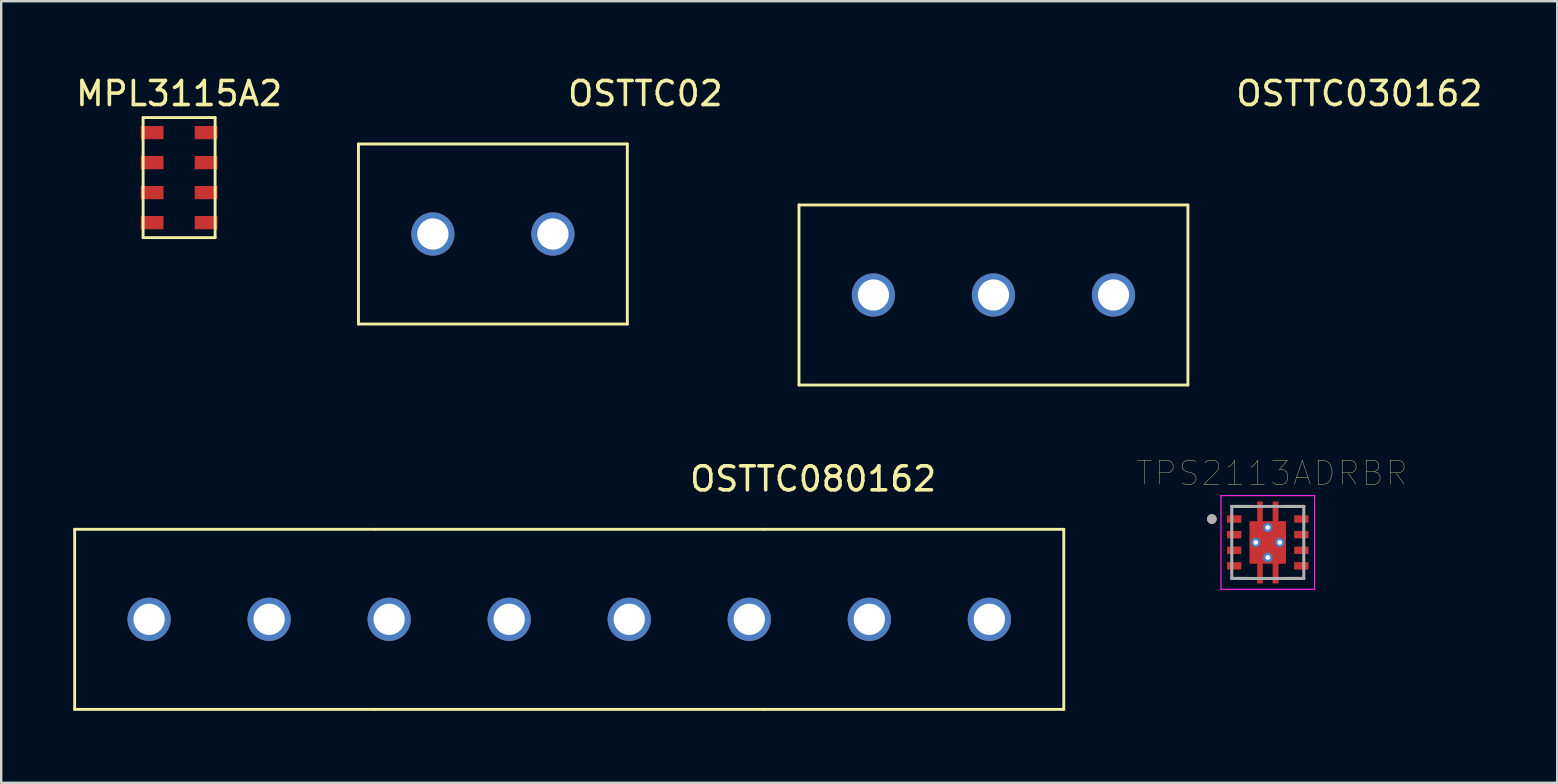
<source format=kicad_pcb>
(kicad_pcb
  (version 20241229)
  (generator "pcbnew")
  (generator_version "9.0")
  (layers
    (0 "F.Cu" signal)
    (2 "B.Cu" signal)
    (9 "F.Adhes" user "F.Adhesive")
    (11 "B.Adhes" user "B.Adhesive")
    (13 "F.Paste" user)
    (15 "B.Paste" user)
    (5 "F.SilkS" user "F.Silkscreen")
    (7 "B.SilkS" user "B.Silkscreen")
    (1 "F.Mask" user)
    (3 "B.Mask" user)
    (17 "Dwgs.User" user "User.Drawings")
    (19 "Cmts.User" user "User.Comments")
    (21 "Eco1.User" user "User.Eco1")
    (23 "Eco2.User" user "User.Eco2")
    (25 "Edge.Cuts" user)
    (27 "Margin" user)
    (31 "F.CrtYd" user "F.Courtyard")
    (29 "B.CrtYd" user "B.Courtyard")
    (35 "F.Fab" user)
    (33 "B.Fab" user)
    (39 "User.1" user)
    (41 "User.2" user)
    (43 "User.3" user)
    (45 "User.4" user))
  (footprint "TPS2113ADRBR"
    (layer "F.Cu")
    (at 49.758 19.545)
    (property "Reference" "TPS2113ADRBR" (at 0.175 -2.885 0) (layer "F.SilkS") (effects (font (size 1 1) (thickness 0.015))))
    (attr through_hole)
    (fp_poly (pts (xy -0.75 -0.875) (xy -0.44 -0.875) (xy -0.44 -1.7) (xy -0.21 -1.7) (xy -0.21 -0.875) (xy 0.21 -0.875) (xy 0.21 -1.7) (xy 0.44 -1.7) (xy 0.44 -0.875) (xy 0.75 -0.875) (xy 0.75 0.875) (xy 0.44 0.875) (xy 0.44 1.7) (xy 0.21 1.7) (xy 0.21 0.875) (xy -0.21 0.875) (xy -0.21 1.7) (xy -0.44 1.7) (xy -0.44 0.875) (xy -0.75 0.875)) (stroke (width 0.01) (type solid)) (fill yes) (layer "F.Cu"))
    (fp_poly (pts (xy -1.77 -1.2) (xy -1.03 -1.2) (xy -1.03 -0.75) (xy -1.77 -0.75)) (stroke (width 0.01) (type solid)) (fill yes) (layer "F.Mask"))
    (fp_poly (pts (xy -1.77 -0.55) (xy -1.03 -0.55) (xy -1.03 -0.1) (xy -1.77 -0.1)) (stroke (width 0.01) (type solid)) (fill yes) (layer "F.Mask"))
    (fp_poly (pts (xy -1.77 0.1) (xy -1.03 0.1) (xy -1.03 0.55) (xy -1.77 0.55)) (stroke (width 0.01) (type solid)) (fill yes) (layer "F.Mask"))
    (fp_poly (pts (xy -1.77 0.75) (xy -1.03 0.75) (xy -1.03 1.2) (xy -1.77 1.2)) (stroke (width 0.01) (type solid)) (fill yes) (layer "F.Mask"))
    (fp_poly (pts (xy 1.03 -1.2) (xy 1.77 -1.2) (xy 1.77 -0.75) (xy 1.03 -0.75)) (stroke (width 0.01) (type solid)) (fill yes) (layer "F.Mask"))
    (fp_poly (pts (xy 1.03 -0.55) (xy 1.77 -0.55) (xy 1.77 -0.1) (xy 1.03 -0.1)) (stroke (width 0.01) (type solid)) (fill yes) (layer "F.Mask"))
    (fp_poly (pts (xy 1.03 0.1) (xy 1.77 0.1) (xy 1.77 0.55) (xy 1.03 0.55)) (stroke (width 0.01) (type solid)) (fill yes) (layer "F.Mask"))
    (fp_poly (pts (xy 1.03 0.75) (xy 1.77 0.75) (xy 1.77 1.2) (xy 1.03 1.2)) (stroke (width 0.01) (type solid)) (fill yes) (layer "F.Mask"))
    (fp_poly (pts (xy -0.82 -0.945) (xy -0.51 -0.945) (xy -0.51 -1.77) (xy -0.14 -1.77) (xy -0.14 -0.945) (xy 0.14 -0.945) (xy 0.14 -1.77) (xy 0.51 -1.77) (xy 0.51 -0.945) (xy 0.82 -0.945) (xy 0.82 0.945) (xy 0.51 0.945) (xy 0.51 1.77) (xy 0.14 1.77) (xy 0.14 0.945) (xy -0.14 0.945) (xy -0.14 1.77) (xy -0.51 1.77) (xy -0.51 0.945) (xy -0.82 0.945)) (stroke (width 0.01) (type solid)) (fill yes) (layer "F.Mask"))
    (fp_line (start -1.5 -1.5) (end -0.76 -1.5) (stroke (width 0.127) (type solid)) (layer "F.SilkS"))
    (fp_line (start -1.5 1.5) (end -0.76 1.5) (stroke (width 0.127) (type solid)) (layer "F.SilkS"))
    (fp_line (start 0.76 -1.5) (end 1.5 -1.5) (stroke (width 0.127) (type solid)) (layer "F.SilkS"))
    (fp_line (start 0.76 1.5) (end 1.5 1.5) (stroke (width 0.127) (type solid)) (layer "F.SilkS"))
    (fp_circle (center -2.33 -0.975) (end -2.23 -0.975) (stroke (width 0.2) (type solid)) (fill no) (layer "F.SilkS"))
    (fp_poly (pts (xy -0.67 -0.775) (xy 0.67 -0.775) (xy 0.67 0.775) (xy -0.67 0.775)) (stroke (width 0.01) (type solid)) (fill yes) (layer "F.Paste"))
    (fp_poly (pts (xy -0.44 -1.7) (xy -0.21 -1.7) (xy -0.21 -0.975) (xy -0.44 -0.975)) (stroke (width 0.01) (type solid)) (fill yes) (layer "F.Paste"))
    (fp_poly (pts (xy -0.21 1.7) (xy -0.44 1.7) (xy -0.44 0.975) (xy -0.21 0.975)) (stroke (width 0.01) (type solid)) (fill yes) (layer "F.Paste"))
    (fp_poly (pts (xy 0.21 -1.7) (xy 0.44 -1.7) (xy 0.44 -0.975) (xy 0.21 -0.975)) (stroke (width 0.01) (type solid)) (fill yes) (layer "F.Paste"))
    (fp_poly (pts (xy 0.44 1.7) (xy 0.21 1.7) (xy 0.21 0.975) (xy 0.44 0.975)) (stroke (width 0.01) (type solid)) (fill yes) (layer "F.Paste"))
    (fp_line (start -1.95 -1.95) (end -1.95 1.95) (stroke (width 0.05) (type solid)) (layer "F.CrtYd"))
    (fp_line (start -1.95 -1.95) (end 1.95 -1.95) (stroke (width 0.05) (type solid)) (layer "F.CrtYd"))
    (fp_line (start -1.95 1.95) (end 1.95 1.95) (stroke (width 0.05) (type solid)) (layer "F.CrtYd"))
    (fp_line (start 1.95 -1.95) (end 1.95 1.95) (stroke (width 0.05) (type solid)) (layer "F.CrtYd"))
    (fp_line (start -1.5 -1.5) (end -1.5 1.5) (stroke (width 0.127) (type solid)) (layer "F.Fab"))
    (fp_line (start -1.5 -1.5) (end 1.5 -1.5) (stroke (width 0.127) (type solid)) (layer "F.Fab"))
    (fp_line (start -1.5 1.5) (end 1.5 1.5) (stroke (width 0.127) (type solid)) (layer "F.Fab"))
    (fp_line (start 1.5 -1.5) (end 1.5 1.5) (stroke (width 0.127) (type solid)) (layer "F.Fab"))
    (fp_circle (center -2.33 -0.975) (end -2.23 -0.975) (stroke (width 0.2) (type solid)) (fill no) (layer "F.Fab"))
    (pad "1" smd rect (at -1.4 -0.975) (size 0.6 0.31) (layers "F.Cu" "F.Paste"))
    (pad "2" smd rect (at -1.4 -0.325) (size 0.6 0.31) (layers "F.Cu" "F.Paste"))
    (pad "3" smd rect (at -1.4 0.325) (size 0.6 0.31) (layers "F.Cu" "F.Paste"))
    (pad "4" smd rect (at -1.4 0.975) (size 0.6 0.31) (layers "F.Cu" "F.Paste"))
    (pad "5" smd rect (at 1.4 0.975) (size 0.6 0.31) (layers "F.Cu" "F.Paste"))
    (pad "6" smd rect (at 1.4 0.325) (size 0.6 0.31) (layers "F.Cu" "F.Paste"))
    (pad "7" smd rect (at 1.4 -0.325) (size 0.6 0.31) (layers "F.Cu" "F.Paste"))
    (pad "8" smd rect (at 1.4 -0.975) (size 0.6 0.31) (layers "F.Cu" "F.Paste"))
    (pad "9" smd rect (at 0 0) (size 1.5 1.75) (layers "F.Cu"))
    (pad "10" thru_hole circle (at 0 -0.625) (size 0.4 0.4) (drill 0.2) (layers "*.Cu"))
    (pad "11" thru_hole circle (at 0.5 0) (size 0.4 0.4) (drill 0.2) (layers "*.Cu"))
    (pad "12" thru_hole circle (at -0.5 0) (size 0.4 0.4) (drill 0.2) (layers "*.Cu"))
    (pad "13" thru_hole circle (at 0 0.625) (size 0.4 0.4) (drill 0.2) (layers "*.Cu")))
  (footprint "OSTTC080162"
    (layer "F.Cu")
    (at 20.66 22.747)
    (property "Reference" "OSTTC080162" (at 10.16 -5.85 0) (layer "F.SilkS") (effects (font (size 1 1) (thickness 0.15))))
    (attr through_hole)
    (fp_line (start -20.6 -3.75) (end -8.1 -3.75) (stroke (width 0.12) (type solid)) (layer "F.SilkS"))
    (fp_line (start -20.6 3.75) (end -20.6 -3.75) (stroke (width 0.12) (type solid)) (layer "F.SilkS"))
    (fp_line (start -20.6 3.75) (end -8.1 3.75) (stroke (width 0.12) (type solid)) (layer "F.SilkS"))
    (fp_line (start -8.1 -3.75) (end 8.1 -3.75) (stroke (width 0.12) (type solid)) (layer "F.SilkS"))
    (fp_line (start -8.1 3.75) (end 8.1 3.75) (stroke (width 0.12) (type solid)) (layer "F.SilkS"))
    (fp_line (start 8.1 -3.75) (end 20.6 -3.75) (stroke (width 0.12) (type solid)) (layer "F.SilkS"))
    (fp_line (start 8.1 3.75) (end 20.6 3.75) (stroke (width 0.12) (type solid)) (layer "F.SilkS"))
    (fp_line (start 20.6 3.75) (end 20.6 -3.75) (stroke (width 0.12) (type solid)) (layer "F.SilkS"))
    (pad "1" thru_hole circle (at -17.5 0) (size 1.8 1.8) (drill 1.3) (layers "*.Cu" "*.Mask"))
    (pad "2" thru_hole circle (at -12.5 0) (size 1.8 1.8) (drill 1.3) (layers "*.Cu" "*.Mask"))
    (pad "3" thru_hole circle (at -7.5 0) (size 1.8 1.8) (drill 1.3) (layers "*.Cu" "*.Mask"))
    (pad "4" thru_hole circle (at -2.5 0) (size 1.8 1.8) (drill 1.3) (layers "*.Cu" "*.Mask"))
    (pad "5" thru_hole circle (at 2.5 0) (size 1.8 1.8) (drill 1.3) (layers "*.Cu" "*.Mask"))
    (pad "6" thru_hole circle (at 7.5 0) (size 1.8 1.8) (drill 1.3) (layers "*.Cu" "*.Mask"))
    (pad "7" thru_hole circle (at 12.5 0) (size 1.8 1.8) (drill 1.3) (layers "*.Cu" "*.Mask"))
    (pad "8" thru_hole circle (at 17.5 0) (size 1.8 1.8) (drill 1.3) (layers "*.Cu" "*.Mask")))
  (footprint "OSTTC030162"
    (layer "F.Cu")
    (at 38.331 9.238)
    (property "Reference" "OSTTC030162" (at 15.24 -8.39 0) (layer "F.SilkS") (effects (font (size 1 1) (thickness 0.15))))
    (attr through_hole)
    (fp_line (start -8.1 -3.75) (end 8.1 -3.75) (stroke (width 0.12) (type solid)) (layer "F.SilkS"))
    (fp_line (start -8.1 3.75) (end -8.1 -3.75) (stroke (width 0.12) (type solid)) (layer "F.SilkS"))
    (fp_line (start -8.1 3.75) (end 8.1 3.75) (stroke (width 0.12) (type solid)) (layer "F.SilkS"))
    (fp_line (start 8.1 3.75) (end 8.1 -3.75) (stroke (width 0.12) (type solid)) (layer "F.SilkS"))
    (pad "1" thru_hole circle (at -5 0) (size 1.8 1.8) (drill 1.3) (layers "*.Cu" "*.Mask"))
    (pad "2" thru_hole circle (at 0 0) (size 1.8 1.8) (drill 1.3) (layers "*.Cu" "*.Mask"))
    (pad "3" thru_hole circle (at 5 0) (size 1.8 1.8) (drill 1.3) (layers "*.Cu" "*.Mask")))
  (footprint "OSTTC02"
    (layer "F.Cu")
    (at 17.481 6.698)
    (property "Reference" "OSTTC02" (at 6.35 -5.85 0) (layer "F.SilkS") (effects (font (size 1 1) (thickness 0.15))))
    (attr through_hole)
    (fp_line (start -5.6 -3.75) (end 5.6 -3.75) (stroke (width 0.12) (type solid)) (layer "F.SilkS"))
    (fp_line (start -5.6 3.75) (end -5.6 -3.75) (stroke (width 0.12) (type solid)) (layer "F.SilkS"))
    (fp_line (start -5.6 3.75) (end 5.6 3.75) (stroke (width 0.12) (type solid)) (layer "F.SilkS"))
    (fp_line (start 5.6 3.75) (end 5.6 -3.75) (stroke (width 0.12) (type solid)) (layer "F.SilkS"))
    (pad "1" thru_hole circle (at -2.5 0) (size 1.8 1.8) (drill 1.3) (layers "*.Cu" "*.Mask"))
    (pad "2" thru_hole circle (at 2.5 0) (size 1.8 1.8) (drill 1.3) (layers "*.Cu" "*.Mask")))
  (footprint "MPL3115A2"
    (layer "F.Cu")
    (at 4.411 4.348)
    (property "Reference" "MPL3115A2" (at 0 -3.5 0) (layer "F.SilkS") (effects (font (size 1 1) (thickness 0.15))))
    (attr through_hole)
    (fp_line (start -1.5 -2.5) (end 1.5 -2.5) (stroke (width 0.12) (type solid)) (layer "F.SilkS"))
    (fp_line (start -1.5 2.5) (end -1.5 -2.5) (stroke (width 0.12) (type solid)) (layer "F.SilkS"))
    (fp_line (start 1.5 -2.5) (end 1.5 2.5) (stroke (width 0.12) (type solid)) (layer "F.SilkS"))
    (fp_line (start 1.5 2.5) (end -1.5 2.5) (stroke (width 0.12) (type solid)) (layer "F.SilkS"))
    (pad "1" smd rect (at 1.125 -1.875) (size 0.95 0.55) (layers "F.Cu" "F.Mask" "F.Paste"))
    (pad "2" smd rect (at 1.125 -0.625) (size 0.95 0.55) (layers "F.Cu" "F.Mask" "F.Paste"))
    (pad "3" smd rect (at 1.125 0.625) (size 0.95 0.55) (layers "F.Cu" "F.Mask" "F.Paste"))
    (pad "4" smd rect (at 1.125 1.875) (size 0.95 0.55) (layers "F.Cu" "F.Mask" "F.Paste"))
    (pad "5" smd rect (at -1.125 1.875) (size 0.95 0.55) (layers "F.Cu" "F.Mask" "F.Paste"))
    (pad "6" smd rect (at -1.125 0.625) (size 0.95 0.55) (layers "F.Cu" "F.Mask" "F.Paste"))
    (pad "7" smd rect (at -1.125 -0.625) (size 0.95 0.55) (layers "F.Cu" "F.Mask" "F.Paste"))
    (pad "8" smd rect (at -1.125 -1.875) (size 0.95 0.55) (layers "F.Cu" "F.Mask" "F.Paste")))
  (gr_rect
    (start -3 -3)
    (end 61.815 29.556)
    (stroke (width 0.1) (type default))
    (fill no)
    (layer "Edge.Cuts")))
</source>
